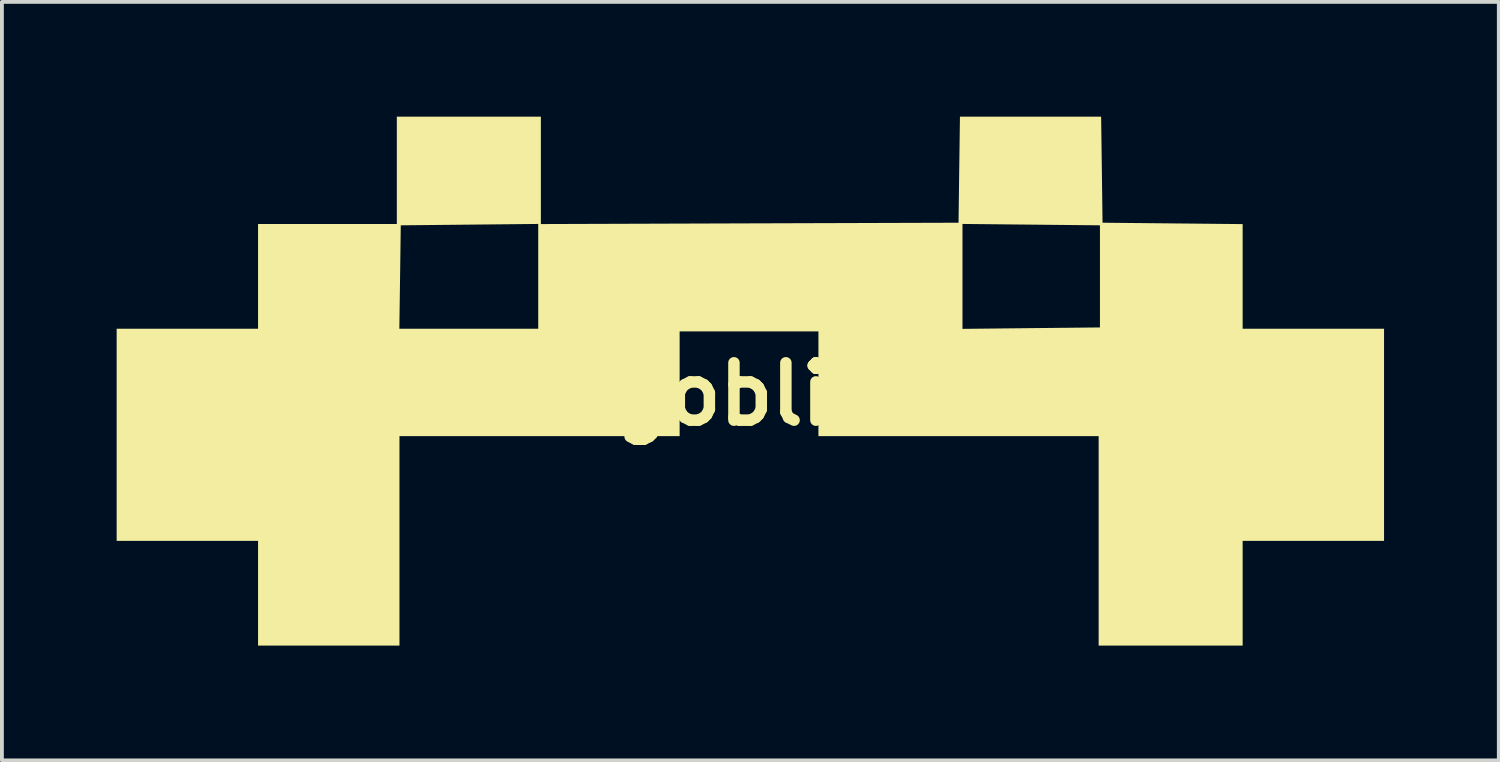
<source format=kicad_pcb>
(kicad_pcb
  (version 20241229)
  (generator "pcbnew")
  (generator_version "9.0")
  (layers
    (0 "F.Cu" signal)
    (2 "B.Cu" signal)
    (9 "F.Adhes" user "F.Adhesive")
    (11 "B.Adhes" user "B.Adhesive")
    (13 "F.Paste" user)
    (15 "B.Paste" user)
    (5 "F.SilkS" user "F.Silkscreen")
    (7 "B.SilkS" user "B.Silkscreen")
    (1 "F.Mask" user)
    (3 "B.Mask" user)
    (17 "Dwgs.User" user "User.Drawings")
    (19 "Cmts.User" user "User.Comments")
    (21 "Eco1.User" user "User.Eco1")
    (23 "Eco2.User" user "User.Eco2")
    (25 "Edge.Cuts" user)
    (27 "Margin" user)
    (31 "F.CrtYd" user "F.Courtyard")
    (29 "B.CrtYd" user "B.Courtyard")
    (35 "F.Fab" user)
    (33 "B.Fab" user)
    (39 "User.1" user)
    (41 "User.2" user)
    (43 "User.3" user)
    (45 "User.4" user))
  (footprint "fraxxon_goblin_shooter"
    (layer "F.Cu")
    (at 16.568 7.257)
    (property "Reference" "fraxxon_goblin_shooter" (at 0 0 0) (layer "F.SilkS") (effects (font (size 1.5 1.5) (thickness 0.3))))
    (attr board_only exclude_from_pos_files exclude_from_bom)
    (fp_poly (pts (xy -5.477 -5.853) (xy -5.477 -4.449) (xy -0.017 -4.467) (xy 5.443 -4.484) (xy 5.461 -5.871) (xy 5.48 -7.257) (xy 7.326 -7.257) (xy 9.171 -7.257) (xy 9.19 -5.871) (xy 9.208 -4.484) (xy 11.04 -4.466) (xy 12.871 -4.448) (xy 12.871 -3.08) (xy 12.871 -1.712) (xy 14.72 -1.712) (xy 16.568 -1.712) (xy 16.568 1.061) (xy 16.568 3.834) (xy 14.72 3.834) (xy 12.871 3.834) (xy 12.871 5.203) (xy 12.871 6.573) (xy 10.988 6.573) (xy 9.106 6.573) (xy 9.106 3.834) (xy 9.106 1.095) (xy 5.443 1.095) (xy 1.78 1.095) (xy 1.78 -0.274) (xy 1.78 -1.643) (xy -0.034 -1.643) (xy -1.849 -1.643) (xy -1.849 -0.274) (xy -1.849 1.095) (xy -5.511 1.095) (xy -9.174 1.095) (xy -9.174 3.834) (xy -9.174 6.573) (xy -11.023 6.573) (xy -12.871 6.573) (xy -12.871 5.203) (xy -12.871 3.834) (xy -14.72 3.834) (xy -16.568 3.834) (xy -16.568 1.061) (xy -16.568 -1.712) (xy -14.72 -1.712) (xy -12.871 -1.712) (xy -9.177 -1.712) (xy -7.361 -1.712) (xy -5.546 -1.712) (xy -5.546 -3.081) (xy 5.546 -3.081) (xy 5.546 -1.709) (xy 7.343 -1.728) (xy 9.14 -1.746) (xy 9.14 -3.081) (xy 9.14 -4.416) (xy 7.343 -4.434) (xy 5.546 -4.452) (xy 5.546 -3.081) (xy -5.546 -3.081) (xy -5.546 -3.082) (xy -5.546 -4.452) (xy -7.343 -4.434) (xy -9.14 -4.416) (xy -9.158 -3.064) (xy -9.177 -1.712) (xy -12.871 -1.712) (xy -12.871 -3.081) (xy -12.871 -4.45) (xy -11.057 -4.45) (xy -9.243 -4.45) (xy -9.243 -5.854) (xy -9.243 -7.257) (xy -7.36 -7.257) (xy -5.477 -7.257)) (stroke (width 0) (type solid)) (fill yes) (layer "F.SilkS")))
  (gr_rect
    (start -3 -3)
    (end 36.136 16.83)
    (stroke (width 0.1) (type default))
    (fill no)
    (layer "Edge.Cuts")))
</source>
